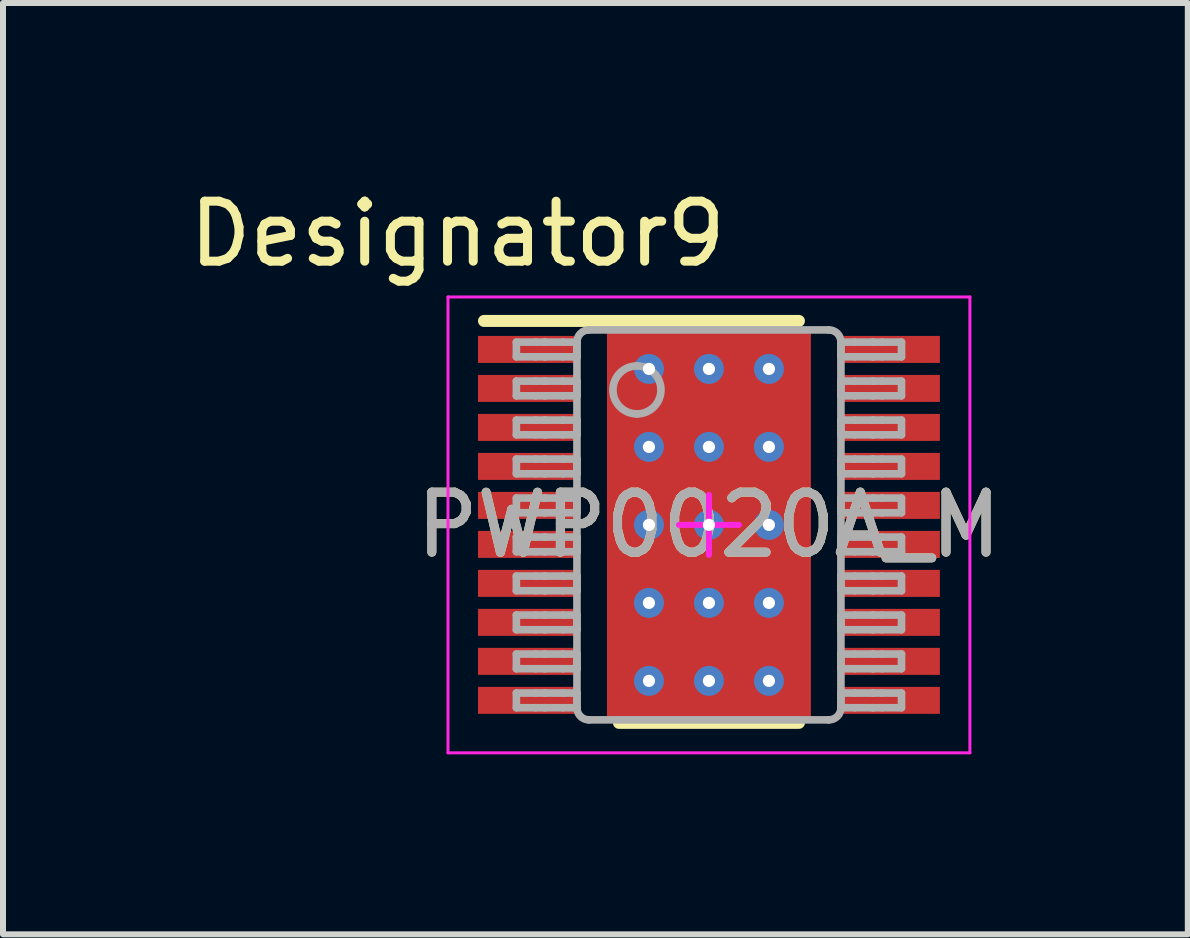
<source format=kicad_pcb>
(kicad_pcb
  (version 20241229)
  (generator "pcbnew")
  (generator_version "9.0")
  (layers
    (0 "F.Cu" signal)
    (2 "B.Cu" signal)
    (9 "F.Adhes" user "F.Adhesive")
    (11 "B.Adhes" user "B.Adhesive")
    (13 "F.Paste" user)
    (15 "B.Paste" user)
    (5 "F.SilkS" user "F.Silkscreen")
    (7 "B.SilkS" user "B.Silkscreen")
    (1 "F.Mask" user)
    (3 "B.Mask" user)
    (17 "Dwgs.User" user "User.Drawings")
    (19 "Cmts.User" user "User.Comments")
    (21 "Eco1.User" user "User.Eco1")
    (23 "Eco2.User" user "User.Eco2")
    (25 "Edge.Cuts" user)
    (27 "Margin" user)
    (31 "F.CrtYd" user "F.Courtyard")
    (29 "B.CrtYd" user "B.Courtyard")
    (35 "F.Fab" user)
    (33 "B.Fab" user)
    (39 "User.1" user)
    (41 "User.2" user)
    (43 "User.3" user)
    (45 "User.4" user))
  (footprint "PWP0020A_M"
    (layer "F.Cu")
    (at 8.768 5.7)
    (property "Reference" "PWP0020A_M" (at 0 0 0) (unlocked yes) (layer "F.SilkS") (effects (font (size 1 1) (thickness 0.15))))
    (attr smd)
    (fp_line (start -3.75 -3.4) (end 1.5 -3.4) (stroke (width 0.2) (type solid)) (layer "F.SilkS"))
    (fp_line (start -1.5 3.3) (end 1.5 3.3) (stroke (width 0.2) (type solid)) (layer "F.SilkS"))
    (fp_line (start -4.35 -3.8) (end 4.35 -3.8) (stroke (width 0.05) (type solid)) (layer "F.CrtYd"))
    (fp_line (start -4.35 3.8) (end -4.35 -3.8) (stroke (width 0.05) (type solid)) (layer "F.CrtYd"))
    (fp_line (start -4.35 3.8) (end 4.35 3.8) (stroke (width 0.05) (type solid)) (layer "F.CrtYd"))
    (fp_line (start -0.5 0.000003) (end 0.5 0.000003) (stroke (width 0.1) (type solid)) (layer "F.CrtYd"))
    (fp_line (start 0 0.5) (end 0 -0.5) (stroke (width 0.1) (type solid)) (layer "F.CrtYd"))
    (fp_line (start 4.35 3.8) (end 4.35 -3.8) (stroke (width 0.05) (type solid)) (layer "F.CrtYd"))
    (fp_line (start -3.21 -3.047) (end -2.887 -3.047) (stroke (width 0.127) (type solid)) (layer "F.Fab"))
    (fp_line (start -3.21 -2.802) (end -3.21 -3.047) (stroke (width 0.127) (type solid)) (layer "F.Fab"))
    (fp_line (start -3.21 -2.802) (end -2.887 -2.802) (stroke (width 0.127) (type solid)) (layer "F.Fab"))
    (fp_line (start -3.21 -2.397) (end -2.887 -2.397) (stroke (width 0.127) (type solid)) (layer "F.Fab"))
    (fp_line (start -3.21 -2.152) (end -3.21 -2.397) (stroke (width 0.127) (type solid)) (layer "F.Fab"))
    (fp_line (start -3.21 -2.152) (end -2.887 -2.152) (stroke (width 0.127) (type solid)) (layer "F.Fab"))
    (fp_line (start -3.21 -1.747) (end -2.887 -1.747) (stroke (width 0.127) (type solid)) (layer "F.Fab"))
    (fp_line (start -3.21 -1.502) (end -3.21 -1.747) (stroke (width 0.127) (type solid)) (layer "F.Fab"))
    (fp_line (start -3.21 -1.502) (end -2.887 -1.502) (stroke (width 0.127) (type solid)) (layer "F.Fab"))
    (fp_line (start -3.21 -1.097) (end -2.887 -1.097) (stroke (width 0.127) (type solid)) (layer "F.Fab"))
    (fp_line (start -3.21 -0.852) (end -3.21 -1.097) (stroke (width 0.127) (type solid)) (layer "F.Fab"))
    (fp_line (start -3.21 -0.852) (end -2.887 -0.852) (stroke (width 0.127) (type solid)) (layer "F.Fab"))
    (fp_line (start -3.21 -0.447) (end -2.887 -0.447) (stroke (width 0.127) (type solid)) (layer "F.Fab"))
    (fp_line (start -3.21 -0.202) (end -3.21 -0.447) (stroke (width 0.127) (type solid)) (layer "F.Fab"))
    (fp_line (start -3.21 -0.202) (end -2.887 -0.202) (stroke (width 0.127) (type solid)) (layer "F.Fab"))
    (fp_line (start -3.21 0.203) (end -2.887 0.203) (stroke (width 0.127) (type solid)) (layer "F.Fab"))
    (fp_line (start -3.21 0.448) (end -3.21 0.203) (stroke (width 0.127) (type solid)) (layer "F.Fab"))
    (fp_line (start -3.21 0.448) (end -2.887 0.448) (stroke (width 0.127) (type solid)) (layer "F.Fab"))
    (fp_line (start -3.21 0.853) (end -2.887 0.853) (stroke (width 0.127) (type solid)) (layer "F.Fab"))
    (fp_line (start -3.21 1.098) (end -3.21 0.853) (stroke (width 0.127) (type solid)) (layer "F.Fab"))
    (fp_line (start -3.21 1.098) (end -2.887 1.098) (stroke (width 0.127) (type solid)) (layer "F.Fab"))
    (fp_line (start -3.21 1.503) (end -2.887 1.503) (stroke (width 0.127) (type solid)) (layer "F.Fab"))
    (fp_line (start -3.21 1.748) (end -3.21 1.503) (stroke (width 0.127) (type solid)) (layer "F.Fab"))
    (fp_line (start -3.21 1.748) (end -2.887 1.748) (stroke (width 0.127) (type solid)) (layer "F.Fab"))
    (fp_line (start -3.21 2.153) (end -2.887 2.153) (stroke (width 0.127) (type solid)) (layer "F.Fab"))
    (fp_line (start -3.21 2.398) (end -3.21 2.153) (stroke (width 0.127) (type solid)) (layer "F.Fab"))
    (fp_line (start -3.21 2.398) (end -2.887 2.398) (stroke (width 0.127) (type solid)) (layer "F.Fab"))
    (fp_line (start -3.21 2.803) (end -2.887 2.803) (stroke (width 0.127) (type solid)) (layer "F.Fab"))
    (fp_line (start -3.21 3.048) (end -3.21 2.803) (stroke (width 0.127) (type solid)) (layer "F.Fab"))
    (fp_line (start -3.21 3.048) (end -2.887 3.048) (stroke (width 0.127) (type solid)) (layer "F.Fab"))
    (fp_line (start -2.887 -3.047) (end -2.739 -3.047) (stroke (width 0.127) (type solid)) (layer "F.Fab"))
    (fp_line (start -2.887 -2.802) (end -2.739 -2.802) (stroke (width 0.127) (type solid)) (layer "F.Fab"))
    (fp_line (start -2.887 -2.397) (end -2.739 -2.397) (stroke (width 0.127) (type solid)) (layer "F.Fab"))
    (fp_line (start -2.887 -2.152) (end -2.739 -2.152) (stroke (width 0.127) (type solid)) (layer "F.Fab"))
    (fp_line (start -2.887 -1.747) (end -2.739 -1.747) (stroke (width 0.127) (type solid)) (layer "F.Fab"))
    (fp_line (start -2.887 -1.502) (end -2.739 -1.502) (stroke (width 0.127) (type solid)) (layer "F.Fab"))
    (fp_line (start -2.887 -1.097) (end -2.739 -1.097) (stroke (width 0.127) (type solid)) (layer "F.Fab"))
    (fp_line (start -2.887 -0.852) (end -2.739 -0.852) (stroke (width 0.127) (type solid)) (layer "F.Fab"))
    (fp_line (start -2.887 -0.447) (end -2.739 -0.447) (stroke (width 0.127) (type solid)) (layer "F.Fab"))
    (fp_line (start -2.887 -0.202) (end -2.739 -0.202) (stroke (width 0.127) (type solid)) (layer "F.Fab"))
    (fp_line (start -2.887 0.203) (end -2.739 0.203) (stroke (width 0.127) (type solid)) (layer "F.Fab"))
    (fp_line (start -2.887 0.448) (end -2.739 0.448) (stroke (width 0.127) (type solid)) (layer "F.Fab"))
    (fp_line (start -2.887 0.853) (end -2.739 0.853) (stroke (width 0.127) (type solid)) (layer "F.Fab"))
    (fp_line (start -2.887 1.098) (end -2.739 1.098) (stroke (width 0.127) (type solid)) (layer "F.Fab"))
    (fp_line (start -2.887 1.503) (end -2.739 1.503) (stroke (width 0.127) (type solid)) (layer "F.Fab"))
    (fp_line (start -2.887 1.748) (end -2.739 1.748) (stroke (width 0.127) (type solid)) (layer "F.Fab"))
    (fp_line (start -2.887 2.153) (end -2.739 2.153) (stroke (width 0.127) (type solid)) (layer "F.Fab"))
    (fp_line (start -2.887 2.398) (end -2.739 2.398) (stroke (width 0.127) (type solid)) (layer "F.Fab"))
    (fp_line (start -2.887 2.803) (end -2.739 2.803) (stroke (width 0.127) (type solid)) (layer "F.Fab"))
    (fp_line (start -2.887 3.048) (end -2.739 3.048) (stroke (width 0.127) (type solid)) (layer "F.Fab"))
    (fp_line (start -2.739 -3.047) (end -2.733 -3.047) (stroke (width 0.127) (type solid)) (layer "F.Fab"))
    (fp_line (start -2.739 -2.802) (end -2.733 -2.802) (stroke (width 0.127) (type solid)) (layer "F.Fab"))
    (fp_line (start -2.739 -2.397) (end -2.733 -2.397) (stroke (width 0.127) (type solid)) (layer "F.Fab"))
    (fp_line (start -2.739 -2.152) (end -2.733 -2.152) (stroke (width 0.127) (type solid)) (layer "F.Fab"))
    (fp_line (start -2.739 -1.747) (end -2.733 -1.747) (stroke (width 0.127) (type solid)) (layer "F.Fab"))
    (fp_line (start -2.739 -1.502) (end -2.733 -1.502) (stroke (width 0.127) (type solid)) (layer "F.Fab"))
    (fp_line (start -2.739 -1.097) (end -2.733 -1.097) (stroke (width 0.127) (type solid)) (layer "F.Fab"))
    (fp_line (start -2.739 -0.852) (end -2.733 -0.852) (stroke (width 0.127) (type solid)) (layer "F.Fab"))
    (fp_line (start -2.739 -0.447) (end -2.733 -0.447) (stroke (width 0.127) (type solid)) (layer "F.Fab"))
    (fp_line (start -2.739 -0.202) (end -2.733 -0.202) (stroke (width 0.127) (type solid)) (layer "F.Fab"))
    (fp_line (start -2.739 0.203) (end -2.733 0.203) (stroke (width 0.127) (type solid)) (layer "F.Fab"))
    (fp_line (start -2.739 0.448) (end -2.733 0.448) (stroke (width 0.127) (type solid)) (layer "F.Fab"))
    (fp_line (start -2.739 0.853) (end -2.733 0.853) (stroke (width 0.127) (type solid)) (layer "F.Fab"))
    (fp_line (start -2.739 1.098) (end -2.733 1.098) (stroke (width 0.127) (type solid)) (layer "F.Fab"))
    (fp_line (start -2.739 1.503) (end -2.733 1.503) (stroke (width 0.127) (type solid)) (layer "F.Fab"))
    (fp_line (start -2.739 1.748) (end -2.733 1.748) (stroke (width 0.127) (type solid)) (layer "F.Fab"))
    (fp_line (start -2.739 2.153) (end -2.733 2.153) (stroke (width 0.127) (type solid)) (layer "F.Fab"))
    (fp_line (start -2.739 2.398) (end -2.733 2.398) (stroke (width 0.127) (type solid)) (layer "F.Fab"))
    (fp_line (start -2.739 2.803) (end -2.733 2.803) (stroke (width 0.127) (type solid)) (layer "F.Fab"))
    (fp_line (start -2.739 3.048) (end -2.733 3.048) (stroke (width 0.127) (type solid)) (layer "F.Fab"))
    (fp_line (start -2.733 -3.047) (end -2.431 -3.047) (stroke (width 0.127) (type solid)) (layer "F.Fab"))
    (fp_line (start -2.733 -2.802) (end -2.431 -2.802) (stroke (width 0.127) (type solid)) (layer "F.Fab"))
    (fp_line (start -2.733 -2.397) (end -2.431 -2.397) (stroke (width 0.127) (type solid)) (layer "F.Fab"))
    (fp_line (start -2.733 -2.152) (end -2.431 -2.152) (stroke (width 0.127) (type solid)) (layer "F.Fab"))
    (fp_line (start -2.733 -1.747) (end -2.431 -1.747) (stroke (width 0.127) (type solid)) (layer "F.Fab"))
    (fp_line (start -2.733 -1.502) (end -2.431 -1.502) (stroke (width 0.127) (type solid)) (layer "F.Fab"))
    (fp_line (start -2.733 -1.097) (end -2.431 -1.097) (stroke (width 0.127) (type solid)) (layer "F.Fab"))
    (fp_line (start -2.733 -0.852) (end -2.431 -0.852) (stroke (width 0.127) (type solid)) (layer "F.Fab"))
    (fp_line (start -2.733 -0.447) (end -2.431 -0.447) (stroke (width 0.127) (type solid)) (layer "F.Fab"))
    (fp_line (start -2.733 -0.202) (end -2.431 -0.202) (stroke (width 0.127) (type solid)) (layer "F.Fab"))
    (fp_line (start -2.733 0.203) (end -2.431 0.203) (stroke (width 0.127) (type solid)) (layer "F.Fab"))
    (fp_line (start -2.733 0.448) (end -2.431 0.448) (stroke (width 0.127) (type solid)) (layer "F.Fab"))
    (fp_line (start -2.733 0.853) (end -2.431 0.853) (stroke (width 0.127) (type solid)) (layer "F.Fab"))
    (fp_line (start -2.733 1.098) (end -2.431 1.098) (stroke (width 0.127) (type solid)) (layer "F.Fab"))
    (fp_line (start -2.733 1.503) (end -2.431 1.503) (stroke (width 0.127) (type solid)) (layer "F.Fab"))
    (fp_line (start -2.733 1.748) (end -2.431 1.748) (stroke (width 0.127) (type solid)) (layer "F.Fab"))
    (fp_line (start -2.733 2.153) (end -2.431 2.153) (stroke (width 0.127) (type solid)) (layer "F.Fab"))
    (fp_line (start -2.733 2.398) (end -2.431 2.398) (stroke (width 0.127) (type solid)) (layer "F.Fab"))
    (fp_line (start -2.733 2.803) (end -2.431 2.803) (stroke (width 0.127) (type solid)) (layer "F.Fab"))
    (fp_line (start -2.733 3.048) (end -2.431 3.048) (stroke (width 0.127) (type solid)) (layer "F.Fab"))
    (fp_line (start -2.431 -3.047) (end -2.2 -3.047) (stroke (width 0.127) (type solid)) (layer "F.Fab"))
    (fp_line (start -2.431 -2.802) (end -2.2 -2.802) (stroke (width 0.127) (type solid)) (layer "F.Fab"))
    (fp_line (start -2.431 -2.397) (end -2.2 -2.397) (stroke (width 0.127) (type solid)) (layer "F.Fab"))
    (fp_line (start -2.431 -2.152) (end -2.2 -2.152) (stroke (width 0.127) (type solid)) (layer "F.Fab"))
    (fp_line (start -2.431 -1.747) (end -2.2 -1.747) (stroke (width 0.127) (type solid)) (layer "F.Fab"))
    (fp_line (start -2.431 -1.502) (end -2.2 -1.502) (stroke (width 0.127) (type solid)) (layer "F.Fab"))
    (fp_line (start -2.431 -1.097) (end -2.2 -1.097) (stroke (width 0.127) (type solid)) (layer "F.Fab"))
    (fp_line (start -2.431 -0.852) (end -2.2 -0.852) (stroke (width 0.127) (type solid)) (layer "F.Fab"))
    (fp_line (start -2.431 -0.447) (end -2.2 -0.447) (stroke (width 0.127) (type solid)) (layer "F.Fab"))
    (fp_line (start -2.431 -0.202) (end -2.2 -0.202) (stroke (width 0.127) (type solid)) (layer "F.Fab"))
    (fp_line (start -2.431 0.203) (end -2.2 0.203) (stroke (width 0.127) (type solid)) (layer "F.Fab"))
    (fp_line (start -2.431 0.448) (end -2.2 0.448) (stroke (width 0.127) (type solid)) (layer "F.Fab"))
    (fp_line (start -2.431 0.853) (end -2.2 0.853) (stroke (width 0.127) (type solid)) (layer "F.Fab"))
    (fp_line (start -2.431 1.098) (end -2.2 1.098) (stroke (width 0.127) (type solid)) (layer "F.Fab"))
    (fp_line (start -2.431 1.503) (end -2.2 1.503) (stroke (width 0.127) (type solid)) (layer "F.Fab"))
    (fp_line (start -2.431 1.748) (end -2.2 1.748) (stroke (width 0.127) (type solid)) (layer "F.Fab"))
    (fp_line (start -2.431 2.153) (end -2.2 2.153) (stroke (width 0.127) (type solid)) (layer "F.Fab"))
    (fp_line (start -2.431 2.398) (end -2.2 2.398) (stroke (width 0.127) (type solid)) (layer "F.Fab"))
    (fp_line (start -2.431 2.803) (end -2.2 2.803) (stroke (width 0.127) (type solid)) (layer "F.Fab"))
    (fp_line (start -2.431 3.048) (end -2.2 3.048) (stroke (width 0.127) (type solid)) (layer "F.Fab"))
    (fp_line (start -2.2 -2.802) (end -2.2 -3.047) (stroke (width 0.127) (type solid)) (layer "F.Fab"))
    (fp_line (start -2.2 -2.152) (end -2.2 -2.397) (stroke (width 0.127) (type solid)) (layer "F.Fab"))
    (fp_line (start -2.2 -1.502) (end -2.2 -1.747) (stroke (width 0.127) (type solid)) (layer "F.Fab"))
    (fp_line (start -2.2 -0.852) (end -2.2 -1.097) (stroke (width 0.127) (type solid)) (layer "F.Fab"))
    (fp_line (start -2.2 -0.202) (end -2.2 -0.447) (stroke (width 0.127) (type solid)) (layer "F.Fab"))
    (fp_line (start -2.2 0.448) (end -2.2 0.203) (stroke (width 0.127) (type solid)) (layer "F.Fab"))
    (fp_line (start -2.2 1.098) (end -2.2 0.853) (stroke (width 0.127) (type solid)) (layer "F.Fab"))
    (fp_line (start -2.2 1.748) (end -2.2 1.503) (stroke (width 0.127) (type solid)) (layer "F.Fab"))
    (fp_line (start -2.2 2.398) (end -2.2 2.153) (stroke (width 0.127) (type solid)) (layer "F.Fab"))
    (fp_line (start -2.2 3.048) (end -2.2 2.803) (stroke (width 0.127) (type solid)) (layer "F.Fab"))
    (fp_line (start -2.2 3.05) (end -2.2 -3.05) (stroke (width 0.127) (type solid)) (layer "F.Fab"))
    (fp_line (start -2 -3.25) (end 2 -3.25) (stroke (width 0.127) (type solid)) (layer "F.Fab"))
    (fp_line (start -2 3.25) (end 2 3.25) (stroke (width 0.127) (type solid)) (layer "F.Fab"))
    (fp_line (start 2.2 -3.047) (end 2.43 -3.047) (stroke (width 0.127) (type solid)) (layer "F.Fab"))
    (fp_line (start 2.2 -2.802) (end 2.2 -3.047) (stroke (width 0.127) (type solid)) (layer "F.Fab"))
    (fp_line (start 2.2 -2.802) (end 2.43 -2.802) (stroke (width 0.127) (type solid)) (layer "F.Fab"))
    (fp_line (start 2.2 -2.397) (end 2.43 -2.397) (stroke (width 0.127) (type solid)) (layer "F.Fab"))
    (fp_line (start 2.2 -2.152) (end 2.2 -2.397) (stroke (width 0.127) (type solid)) (layer "F.Fab"))
    (fp_line (start 2.2 -2.152) (end 2.43 -2.152) (stroke (width 0.127) (type solid)) (layer "F.Fab"))
    (fp_line (start 2.2 -1.747) (end 2.43 -1.747) (stroke (width 0.127) (type solid)) (layer "F.Fab"))
    (fp_line (start 2.2 -1.502) (end 2.2 -1.747) (stroke (width 0.127) (type solid)) (layer "F.Fab"))
    (fp_line (start 2.2 -1.502) (end 2.43 -1.502) (stroke (width 0.127) (type solid)) (layer "F.Fab"))
    (fp_line (start 2.2 -1.097) (end 2.43 -1.097) (stroke (width 0.127) (type solid)) (layer "F.Fab"))
    (fp_line (start 2.2 -0.852) (end 2.2 -1.097) (stroke (width 0.127) (type solid)) (layer "F.Fab"))
    (fp_line (start 2.2 -0.852) (end 2.43 -0.852) (stroke (width 0.127) (type solid)) (layer "F.Fab"))
    (fp_line (start 2.2 -0.447) (end 2.43 -0.447) (stroke (width 0.127) (type solid)) (layer "F.Fab"))
    (fp_line (start 2.2 -0.202) (end 2.2 -0.447) (stroke (width 0.127) (type solid)) (layer "F.Fab"))
    (fp_line (start 2.2 -0.202) (end 2.43 -0.202) (stroke (width 0.127) (type solid)) (layer "F.Fab"))
    (fp_line (start 2.2 0.203) (end 2.43 0.203) (stroke (width 0.127) (type solid)) (layer "F.Fab"))
    (fp_line (start 2.2 0.448) (end 2.2 0.203) (stroke (width 0.127) (type solid)) (layer "F.Fab"))
    (fp_line (start 2.2 0.448) (end 2.43 0.448) (stroke (width 0.127) (type solid)) (layer "F.Fab"))
    (fp_line (start 2.2 0.853) (end 2.43 0.853) (stroke (width 0.127) (type solid)) (layer "F.Fab"))
    (fp_line (start 2.2 1.098) (end 2.2 0.853) (stroke (width 0.127) (type solid)) (layer "F.Fab"))
    (fp_line (start 2.2 1.098) (end 2.43 1.098) (stroke (width 0.127) (type solid)) (layer "F.Fab"))
    (fp_line (start 2.2 1.503) (end 2.43 1.503) (stroke (width 0.127) (type solid)) (layer "F.Fab"))
    (fp_line (start 2.2 1.748) (end 2.2 1.503) (stroke (width 0.127) (type solid)) (layer "F.Fab"))
    (fp_line (start 2.2 1.748) (end 2.43 1.748) (stroke (width 0.127) (type solid)) (layer "F.Fab"))
    (fp_line (start 2.2 2.153) (end 2.43 2.153) (stroke (width 0.127) (type solid)) (layer "F.Fab"))
    (fp_line (start 2.2 2.398) (end 2.2 2.153) (stroke (width 0.127) (type solid)) (layer "F.Fab"))
    (fp_line (start 2.2 2.398) (end 2.43 2.398) (stroke (width 0.127) (type solid)) (layer "F.Fab"))
    (fp_line (start 2.2 2.803) (end 2.43 2.803) (stroke (width 0.127) (type solid)) (layer "F.Fab"))
    (fp_line (start 2.2 3.048) (end 2.2 2.803) (stroke (width 0.127) (type solid)) (layer "F.Fab"))
    (fp_line (start 2.2 3.048) (end 2.43 3.048) (stroke (width 0.127) (type solid)) (layer "F.Fab"))
    (fp_line (start 2.2 3.05) (end 2.2 -3.05) (stroke (width 0.127) (type solid)) (layer "F.Fab"))
    (fp_line (start 2.43 -3.047) (end 2.733 -3.047) (stroke (width 0.127) (type solid)) (layer "F.Fab"))
    (fp_line (start 2.43 -2.802) (end 2.733 -2.802) (stroke (width 0.127) (type solid)) (layer "F.Fab"))
    (fp_line (start 2.43 -2.397) (end 2.733 -2.397) (stroke (width 0.127) (type solid)) (layer "F.Fab"))
    (fp_line (start 2.43 -2.152) (end 2.733 -2.152) (stroke (width 0.127) (type solid)) (layer "F.Fab"))
    (fp_line (start 2.43 -1.747) (end 2.733 -1.747) (stroke (width 0.127) (type solid)) (layer "F.Fab"))
    (fp_line (start 2.43 -1.502) (end 2.733 -1.502) (stroke (width 0.127) (type solid)) (layer "F.Fab"))
    (fp_line (start 2.43 -1.097) (end 2.733 -1.097) (stroke (width 0.127) (type solid)) (layer "F.Fab"))
    (fp_line (start 2.43 -0.852) (end 2.733 -0.852) (stroke (width 0.127) (type solid)) (layer "F.Fab"))
    (fp_line (start 2.43 -0.447) (end 2.733 -0.447) (stroke (width 0.127) (type solid)) (layer "F.Fab"))
    (fp_line (start 2.43 -0.202) (end 2.733 -0.202) (stroke (width 0.127) (type solid)) (layer "F.Fab"))
    (fp_line (start 2.43 0.203) (end 2.733 0.203) (stroke (width 0.127) (type solid)) (layer "F.Fab"))
    (fp_line (start 2.43 0.448) (end 2.733 0.448) (stroke (width 0.127) (type solid)) (layer "F.Fab"))
    (fp_line (start 2.43 0.853) (end 2.733 0.853) (stroke (width 0.127) (type solid)) (layer "F.Fab"))
    (fp_line (start 2.43 1.098) (end 2.733 1.098) (stroke (width 0.127) (type solid)) (layer "F.Fab"))
    (fp_line (start 2.43 1.503) (end 2.733 1.503) (stroke (width 0.127) (type solid)) (layer "F.Fab"))
    (fp_line (start 2.43 1.748) (end 2.733 1.748) (stroke (width 0.127) (type solid)) (layer "F.Fab"))
    (fp_line (start 2.43 2.153) (end 2.733 2.153) (stroke (width 0.127) (type solid)) (layer "F.Fab"))
    (fp_line (start 2.43 2.398) (end 2.733 2.398) (stroke (width 0.127) (type solid)) (layer "F.Fab"))
    (fp_line (start 2.43 2.803) (end 2.733 2.803) (stroke (width 0.127) (type solid)) (layer "F.Fab"))
    (fp_line (start 2.43 3.048) (end 2.733 3.048) (stroke (width 0.127) (type solid)) (layer "F.Fab"))
    (fp_line (start 2.733 -3.047) (end 2.739 -3.047) (stroke (width 0.127) (type solid)) (layer "F.Fab"))
    (fp_line (start 2.733 -2.802) (end 2.739 -2.802) (stroke (width 0.127) (type solid)) (layer "F.Fab"))
    (fp_line (start 2.733 -2.397) (end 2.739 -2.397) (stroke (width 0.127) (type solid)) (layer "F.Fab"))
    (fp_line (start 2.733 -2.152) (end 2.739 -2.152) (stroke (width 0.127) (type solid)) (layer "F.Fab"))
    (fp_line (start 2.733 -1.747) (end 2.739 -1.747) (stroke (width 0.127) (type solid)) (layer "F.Fab"))
    (fp_line (start 2.733 -1.502) (end 2.739 -1.502) (stroke (width 0.127) (type solid)) (layer "F.Fab"))
    (fp_line (start 2.733 -1.097) (end 2.739 -1.097) (stroke (width 0.127) (type solid)) (layer "F.Fab"))
    (fp_line (start 2.733 -0.852) (end 2.739 -0.852) (stroke (width 0.127) (type solid)) (layer "F.Fab"))
    (fp_line (start 2.733 -0.447) (end 2.739 -0.447) (stroke (width 0.127) (type solid)) (layer "F.Fab"))
    (fp_line (start 2.733 -0.202) (end 2.739 -0.202) (stroke (width 0.127) (type solid)) (layer "F.Fab"))
    (fp_line (start 2.733 0.203) (end 2.739 0.203) (stroke (width 0.127) (type solid)) (layer "F.Fab"))
    (fp_line (start 2.733 0.448) (end 2.739 0.448) (stroke (width 0.127) (type solid)) (layer "F.Fab"))
    (fp_line (start 2.733 0.853) (end 2.739 0.853) (stroke (width 0.127) (type solid)) (layer "F.Fab"))
    (fp_line (start 2.733 1.098) (end 2.739 1.098) (stroke (width 0.127) (type solid)) (layer "F.Fab"))
    (fp_line (start 2.733 1.503) (end 2.739 1.503) (stroke (width 0.127) (type solid)) (layer "F.Fab"))
    (fp_line (start 2.733 1.748) (end 2.739 1.748) (stroke (width 0.127) (type solid)) (layer "F.Fab"))
    (fp_line (start 2.733 2.153) (end 2.739 2.153) (stroke (width 0.127) (type solid)) (layer "F.Fab"))
    (fp_line (start 2.733 2.398) (end 2.739 2.398) (stroke (width 0.127) (type solid)) (layer "F.Fab"))
    (fp_line (start 2.733 2.803) (end 2.739 2.803) (stroke (width 0.127) (type solid)) (layer "F.Fab"))
    (fp_line (start 2.733 3.048) (end 2.739 3.048) (stroke (width 0.127) (type solid)) (layer "F.Fab"))
    (fp_line (start 2.739 -3.047) (end 2.887 -3.047) (stroke (width 0.127) (type solid)) (layer "F.Fab"))
    (fp_line (start 2.739 -2.802) (end 2.887 -2.802) (stroke (width 0.127) (type solid)) (layer "F.Fab"))
    (fp_line (start 2.739 -2.397) (end 2.887 -2.397) (stroke (width 0.127) (type solid)) (layer "F.Fab"))
    (fp_line (start 2.739 -2.152) (end 2.887 -2.152) (stroke (width 0.127) (type solid)) (layer "F.Fab"))
    (fp_line (start 2.739 -1.747) (end 2.887 -1.747) (stroke (width 0.127) (type solid)) (layer "F.Fab"))
    (fp_line (start 2.739 -1.502) (end 2.887 -1.502) (stroke (width 0.127) (type solid)) (layer "F.Fab"))
    (fp_line (start 2.739 -1.097) (end 2.887 -1.097) (stroke (width 0.127) (type solid)) (layer "F.Fab"))
    (fp_line (start 2.739 -0.852) (end 2.887 -0.852) (stroke (width 0.127) (type solid)) (layer "F.Fab"))
    (fp_line (start 2.739 -0.447) (end 2.887 -0.447) (stroke (width 0.127) (type solid)) (layer "F.Fab"))
    (fp_line (start 2.739 -0.202) (end 2.887 -0.202) (stroke (width 0.127) (type solid)) (layer "F.Fab"))
    (fp_line (start 2.739 0.203) (end 2.887 0.203) (stroke (width 0.127) (type solid)) (layer "F.Fab"))
    (fp_line (start 2.739 0.448) (end 2.887 0.448) (stroke (width 0.127) (type solid)) (layer "F.Fab"))
    (fp_line (start 2.739 0.853) (end 2.887 0.853) (stroke (width 0.127) (type solid)) (layer "F.Fab"))
    (fp_line (start 2.739 1.098) (end 2.887 1.098) (stroke (width 0.127) (type solid)) (layer "F.Fab"))
    (fp_line (start 2.739 1.503) (end 2.887 1.503) (stroke (width 0.127) (type solid)) (layer "F.Fab"))
    (fp_line (start 2.739 1.748) (end 2.887 1.748) (stroke (width 0.127) (type solid)) (layer "F.Fab"))
    (fp_line (start 2.739 2.153) (end 2.887 2.153) (stroke (width 0.127) (type solid)) (layer "F.Fab"))
    (fp_line (start 2.739 2.398) (end 2.887 2.398) (stroke (width 0.127) (type solid)) (layer "F.Fab"))
    (fp_line (start 2.739 2.803) (end 2.887 2.803) (stroke (width 0.127) (type solid)) (layer "F.Fab"))
    (fp_line (start 2.739 3.048) (end 2.887 3.048) (stroke (width 0.127) (type solid)) (layer "F.Fab"))
    (fp_line (start 2.887 -3.047) (end 3.21 -3.047) (stroke (width 0.127) (type solid)) (layer "F.Fab"))
    (fp_line (start 2.887 -2.802) (end 3.21 -2.802) (stroke (width 0.127) (type solid)) (layer "F.Fab"))
    (fp_line (start 2.887 -2.397) (end 3.21 -2.397) (stroke (width 0.127) (type solid)) (layer "F.Fab"))
    (fp_line (start 2.887 -2.152) (end 3.21 -2.152) (stroke (width 0.127) (type solid)) (layer "F.Fab"))
    (fp_line (start 2.887 -1.747) (end 3.21 -1.747) (stroke (width 0.127) (type solid)) (layer "F.Fab"))
    (fp_line (start 2.887 -1.502) (end 3.21 -1.502) (stroke (width 0.127) (type solid)) (layer "F.Fab"))
    (fp_line (start 2.887 -1.097) (end 3.21 -1.097) (stroke (width 0.127) (type solid)) (layer "F.Fab"))
    (fp_line (start 2.887 -0.852) (end 3.21 -0.852) (stroke (width 0.127) (type solid)) (layer "F.Fab"))
    (fp_line (start 2.887 -0.447) (end 3.21 -0.447) (stroke (width 0.127) (type solid)) (layer "F.Fab"))
    (fp_line (start 2.887 -0.202) (end 3.21 -0.202) (stroke (width 0.127) (type solid)) (layer "F.Fab"))
    (fp_line (start 2.887 0.203) (end 3.21 0.203) (stroke (width 0.127) (type solid)) (layer "F.Fab"))
    (fp_line (start 2.887 0.448) (end 3.21 0.448) (stroke (width 0.127) (type solid)) (layer "F.Fab"))
    (fp_line (start 2.887 0.853) (end 3.21 0.853) (stroke (width 0.127) (type solid)) (layer "F.Fab"))
    (fp_line (start 2.887 1.098) (end 3.21 1.098) (stroke (width 0.127) (type solid)) (layer "F.Fab"))
    (fp_line (start 2.887 1.503) (end 3.21 1.503) (stroke (width 0.127) (type solid)) (layer "F.Fab"))
    (fp_line (start 2.887 1.748) (end 3.21 1.748) (stroke (width 0.127) (type solid)) (layer "F.Fab"))
    (fp_line (start 2.887 2.153) (end 3.21 2.153) (stroke (width 0.127) (type solid)) (layer "F.Fab"))
    (fp_line (start 2.887 2.398) (end 3.21 2.398) (stroke (width 0.127) (type solid)) (layer "F.Fab"))
    (fp_line (start 2.887 2.803) (end 3.21 2.803) (stroke (width 0.127) (type solid)) (layer "F.Fab"))
    (fp_line (start 2.887 3.048) (end 3.21 3.048) (stroke (width 0.127) (type solid)) (layer "F.Fab"))
    (fp_line (start 3.21 -2.802) (end 3.21 -3.047) (stroke (width 0.127) (type solid)) (layer "F.Fab"))
    (fp_line (start 3.21 -2.152) (end 3.21 -2.397) (stroke (width 0.127) (type solid)) (layer "F.Fab"))
    (fp_line (start 3.21 -1.502) (end 3.21 -1.747) (stroke (width 0.127) (type solid)) (layer "F.Fab"))
    (fp_line (start 3.21 -0.852) (end 3.21 -1.097) (stroke (width 0.127) (type solid)) (layer "F.Fab"))
    (fp_line (start 3.21 -0.202) (end 3.21 -0.447) (stroke (width 0.127) (type solid)) (layer "F.Fab"))
    (fp_line (start 3.21 0.448) (end 3.21 0.203) (stroke (width 0.127) (type solid)) (layer "F.Fab"))
    (fp_line (start 3.21 1.098) (end 3.21 0.853) (stroke (width 0.127) (type solid)) (layer "F.Fab"))
    (fp_line (start 3.21 1.748) (end 3.21 1.503) (stroke (width 0.127) (type solid)) (layer "F.Fab"))
    (fp_line (start 3.21 2.398) (end 3.21 2.153) (stroke (width 0.127) (type solid)) (layer "F.Fab"))
    (fp_line (start 3.21 3.048) (end 3.21 2.803) (stroke (width 0.127) (type solid)) (layer "F.Fab"))
    (fp_arc (start -2.200001 -3.049986) (mid -2.141422 -3.191407) (end -2.000001 -3.249986) (stroke (width 0.127) (type solid)) (layer "F.Fab"))
    (fp_arc (start -2.000001 3.250001) (mid -2.141422 3.191423) (end -2.200001 3.050002) (stroke (width 0.127) (type solid)) (layer "F.Fab"))
    (fp_arc (start -1.200003 -2.649987) (mid -0.800003 -2.249988) (end -1.200003 -1.849989) (stroke (width 0.127) (type solid)) (layer "F.Fab"))
    (fp_arc (start -1.200003 -1.849989) (mid -1.600002 -2.249988) (end -1.200003 -2.649987) (stroke (width 0.127) (type solid)) (layer "F.Fab"))
    (fp_arc (start 1.999991 -3.249986) (mid 2.141412 -3.191407) (end 2.199991 -3.049986) (stroke (width 0.127) (type solid)) (layer "F.Fab"))
    (fp_arc (start 2.199991 3.050002) (mid 2.141412 3.191423) (end 1.999991 3.250001) (stroke (width 0.127) (type solid)) (layer "F.Fab"))
    (fp_text user "Designator9" (at -4.191 -4.851 0) (unlocked yes) (layer "F.SilkS") (effects (font (size 1 1) (thickness 0.15))))
    (fp_text user "${REFERENCE}" (at 0 0 0) (unlocked yes) (layer "F.Fab") (effects (font (size 1 1) (thickness 0.15))))
    (pad "1" smd rect (at -3.05 -2.925 90) (size 0.45 1.6) (layers "F.Cu" "F.Mask" "F.Paste"))
    (pad "2" smd rect (at -3.05 -2.275 90) (size 0.45 1.6) (layers "F.Cu" "F.Mask" "F.Paste"))
    (pad "3" smd rect (at -3.05 -1.625 90) (size 0.45 1.6) (layers "F.Cu" "F.Mask" "F.Paste"))
    (pad "4" smd rect (at -3.05 -0.975 90) (size 0.45 1.6) (layers "F.Cu" "F.Mask" "F.Paste"))
    (pad "5" smd rect (at -3.05 -0.325 90) (size 0.45 1.6) (layers "F.Cu" "F.Mask" "F.Paste"))
    (pad "6" smd rect (at -3.05 0.325 90) (size 0.45 1.6) (layers "F.Cu" "F.Mask" "F.Paste"))
    (pad "7" smd rect (at -3.05 0.975 90) (size 0.45 1.6) (layers "F.Cu" "F.Mask" "F.Paste"))
    (pad "8" smd rect (at -3.05 1.625 90) (size 0.45 1.6) (layers "F.Cu" "F.Mask" "F.Paste"))
    (pad "9" smd rect (at -3.05 2.275 90) (size 0.45 1.6) (layers "F.Cu" "F.Mask" "F.Paste"))
    (pad "10" smd rect (at -3.05 2.925 90) (size 0.45 1.6) (layers "F.Cu" "F.Mask" "F.Paste"))
    (pad "11" smd rect (at 3.05 2.925 90) (size 0.45 1.6) (layers "F.Cu" "F.Mask" "F.Paste"))
    (pad "12" smd rect (at 3.05 2.275 90) (size 0.45 1.6) (layers "F.Cu" "F.Mask" "F.Paste"))
    (pad "13" smd rect (at 3.05 1.625 90) (size 0.45 1.6) (layers "F.Cu" "F.Mask" "F.Paste"))
    (pad "14" smd rect (at 3.05 0.975 90) (size 0.45 1.6) (layers "F.Cu" "F.Mask" "F.Paste"))
    (pad "15" smd rect (at 3.05 0.325 90) (size 0.45 1.6) (layers "F.Cu" "F.Mask" "F.Paste"))
    (pad "16" smd rect (at 3.05 -0.325 90) (size 0.45 1.6) (layers "F.Cu" "F.Mask" "F.Paste"))
    (pad "17" smd rect (at 3.05 -0.975 90) (size 0.45 1.6) (layers "F.Cu" "F.Mask" "F.Paste"))
    (pad "18" smd rect (at 3.05 -1.625 90) (size 0.45 1.6) (layers "F.Cu" "F.Mask" "F.Paste"))
    (pad "19" smd rect (at 3.05 -2.275 90) (size 0.45 1.6) (layers "F.Cu" "F.Mask" "F.Paste"))
    (pad "20" smd rect (at 3.05 -2.925 90) (size 0.45 1.6) (layers "F.Cu" "F.Mask" "F.Paste"))
    (pad "21" smd rect (at 0 0) (size 3.4 6.5) (layers "F.Cu"))
    (pad "V" thru_hole circle (at -1 -2.6) (size 0.5 0.5) (drill 0.203) (layers "*.Cu" "*.Mask"))
    (pad "V" thru_hole circle (at -1 -1.3) (size 0.5 0.5) (drill 0.203) (layers "*.Cu" "*.Mask"))
    (pad "V" thru_hole circle (at -1 0) (size 0.5 0.5) (drill 0.203) (layers "*.Cu" "*.Mask"))
    (pad "V" thru_hole circle (at -1 1.3) (size 0.5 0.5) (drill 0.203) (layers "*.Cu" "*.Mask"))
    (pad "V" thru_hole circle (at -1 2.6) (size 0.5 0.5) (drill 0.203) (layers "*.Cu" "*.Mask"))
    (pad "V" thru_hole circle (at 0 -2.6) (size 0.5 0.5) (drill 0.203) (layers "*.Cu" "*.Mask"))
    (pad "V" thru_hole circle (at 0 -1.3) (size 0.5 0.5) (drill 0.203) (layers "*.Cu" "*.Mask"))
    (pad "V" thru_hole circle (at 0 0) (size 0.5 0.5) (drill 0.203) (layers "*.Cu" "*.Mask"))
    (pad "V" thru_hole circle (at 0 1.3) (size 0.5 0.5) (drill 0.203) (layers "*.Cu" "*.Mask"))
    (pad "V" thru_hole circle (at 0 2.6) (size 0.5 0.5) (drill 0.203) (layers "*.Cu" "*.Mask"))
    (pad "V" thru_hole circle (at 1 -2.6) (size 0.5 0.5) (drill 0.203) (layers "*.Cu" "*.Mask"))
    (pad "V" thru_hole circle (at 1 -1.3) (size 0.5 0.5) (drill 0.203) (layers "*.Cu" "*.Mask"))
    (pad "V" thru_hole circle (at 1 0) (size 0.5 0.5) (drill 0.203) (layers "*.Cu" "*.Mask"))
    (pad "V" thru_hole circle (at 1 1.3) (size 0.5 0.5) (drill 0.203) (layers "*.Cu" "*.Mask"))
    (pad "V" thru_hole circle (at 1 2.6) (size 0.5 0.5) (drill 0.203) (layers "*.Cu" "*.Mask")))
  (gr_rect
    (start -3 -3)
    (end 16.751 12.525)
    (stroke (width 0.1) (type default))
    (fill no)
    (layer "Edge.Cuts")))
</source>
